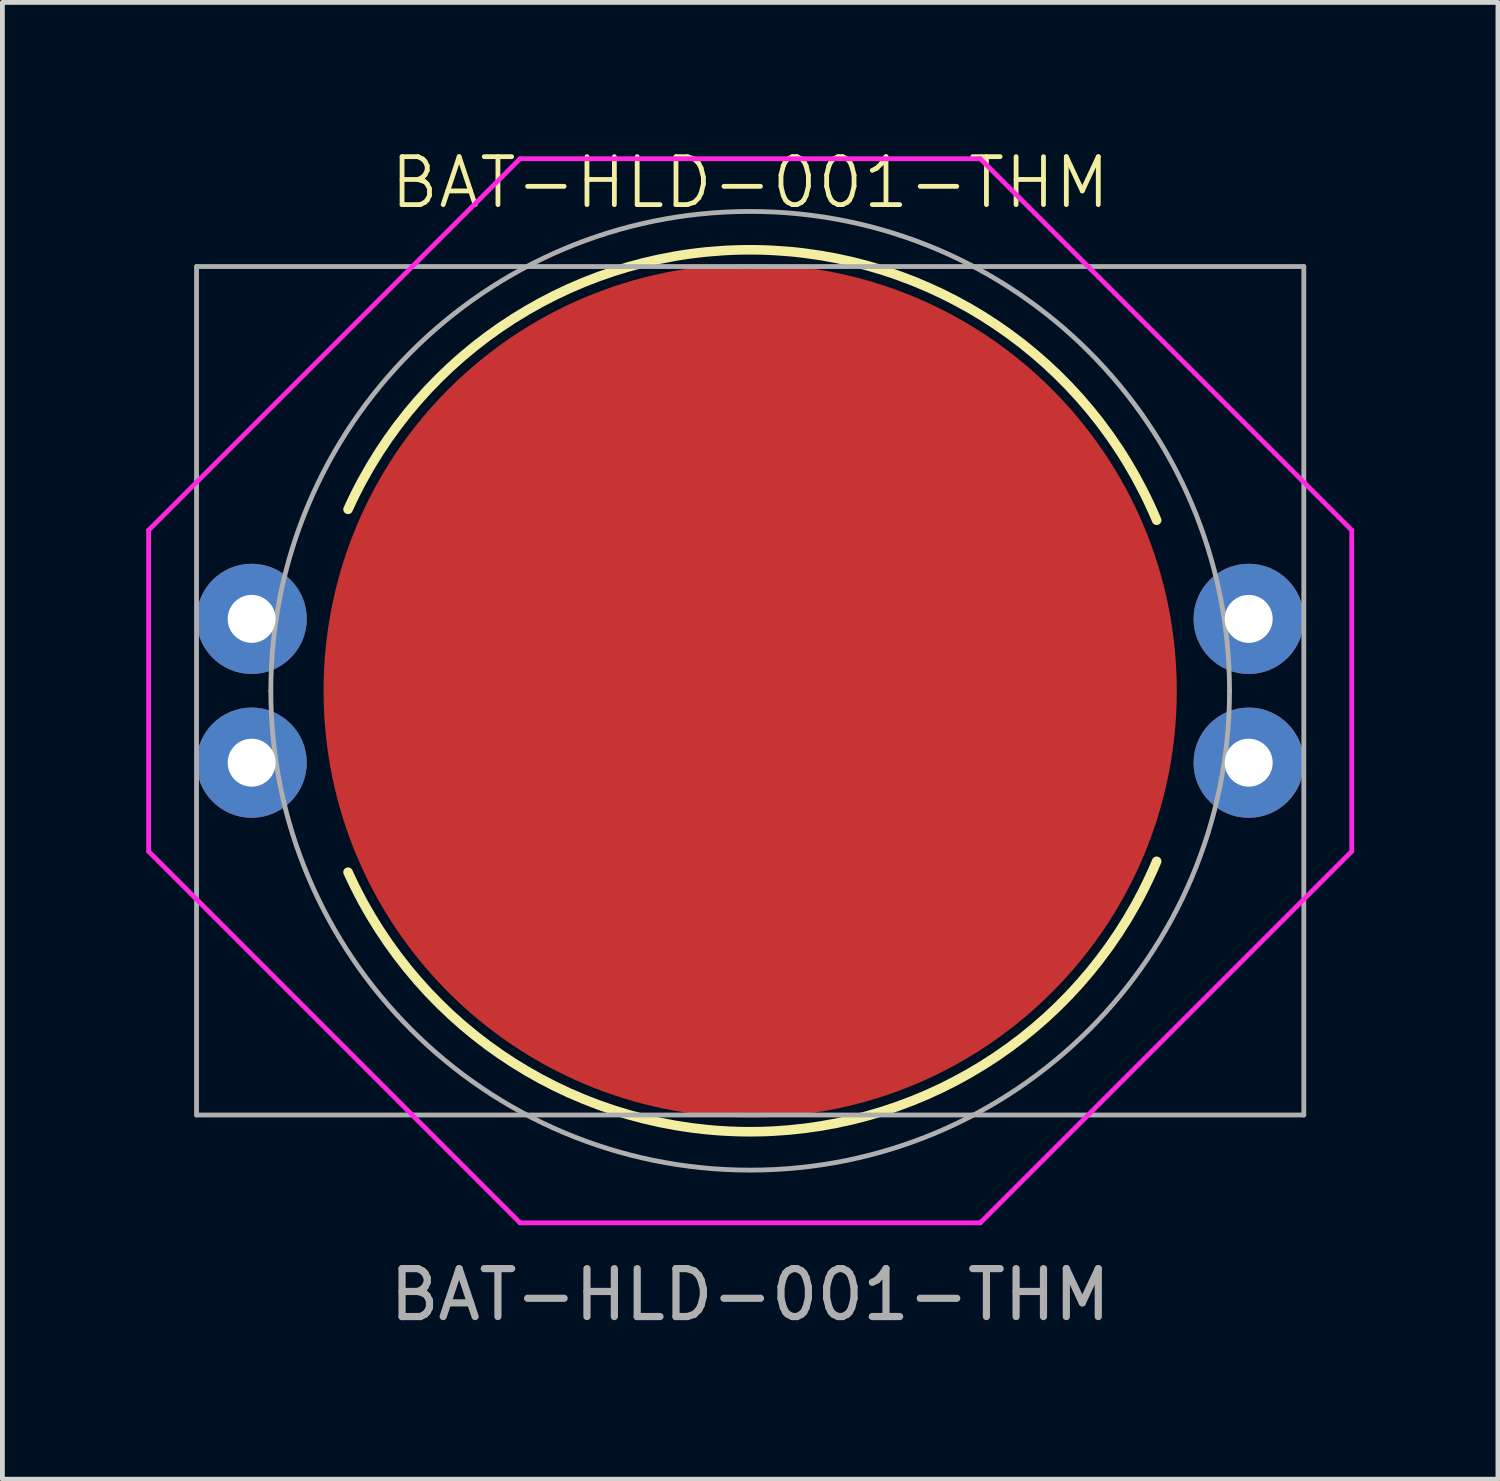
<source format=kicad_pcb>
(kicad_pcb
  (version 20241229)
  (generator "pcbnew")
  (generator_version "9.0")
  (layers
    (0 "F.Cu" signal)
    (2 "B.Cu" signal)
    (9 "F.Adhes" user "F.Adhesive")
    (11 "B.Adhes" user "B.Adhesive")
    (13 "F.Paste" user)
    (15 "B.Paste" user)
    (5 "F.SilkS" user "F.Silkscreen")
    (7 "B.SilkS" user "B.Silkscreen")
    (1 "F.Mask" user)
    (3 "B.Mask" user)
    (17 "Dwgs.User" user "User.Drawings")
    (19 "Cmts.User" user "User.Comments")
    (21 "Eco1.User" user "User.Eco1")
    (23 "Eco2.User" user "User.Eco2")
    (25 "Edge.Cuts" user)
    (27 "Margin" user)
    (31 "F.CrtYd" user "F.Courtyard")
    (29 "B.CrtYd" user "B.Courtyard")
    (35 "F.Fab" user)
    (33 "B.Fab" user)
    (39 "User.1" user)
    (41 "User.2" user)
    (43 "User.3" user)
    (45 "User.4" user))
  (footprint "BAT-HLD-001-THM"
    (layer "F.Cu")
    (at 12.6 11.361)
    (property "Reference" "BAT-HLD-001-THM" (at 0 -10.6 0) (unlocked yes) (layer "F.SilkS") (effects (font (size 1 1) (thickness 0.1))))
    (attr smd)
    (fp_arc (start -8.388855 -3.785638) (mid 0.12 -9.199) (end 8.479989 -3.55846) (stroke (width 0.2) (type solid)) (layer "F.SilkS"))
    (fp_arc (start 8.479989 3.557802) (mid 0.12 9.198342) (end -8.388855 3.78498) (stroke (width 0.2) (type solid)) (layer "F.SilkS"))
    (fp_line (start -12.55 -3.35) (end -4.8 -11.1) (stroke (width 0.1) (type default)) (layer "F.CrtYd"))
    (fp_line (start -12.55 3.35) (end -12.55 -3.35) (stroke (width 0.1) (type solid)) (layer "F.CrtYd"))
    (fp_line (start -12.55 3.35) (end -4.8 11.1) (stroke (width 0.1) (type default)) (layer "F.CrtYd"))
    (fp_line (start -4.8 -11.1) (end 4.8 -11.1) (stroke (width 0.1) (type solid)) (layer "F.CrtYd"))
    (fp_line (start -4.8 11.1) (end 4.8 11.1) (stroke (width 0.1) (type solid)) (layer "F.CrtYd"))
    (fp_line (start 12.55 -3.35) (end 4.8 -11.1) (stroke (width 0.1) (type default)) (layer "F.CrtYd"))
    (fp_line (start 12.55 3.35) (end 4.8 11.1) (stroke (width 0.1) (type default)) (layer "F.CrtYd"))
    (fp_line (start 12.55 3.35) (end 12.55 -3.35) (stroke (width 0.1) (type solid)) (layer "F.CrtYd"))
    (fp_line (start -11.55 -8.85) (end 11.55 -8.85) (stroke (width 0.1) (type solid)) (layer "F.Fab"))
    (fp_line (start -11.55 8.85) (end -11.55 -8.85) (stroke (width 0.1) (type solid)) (layer "F.Fab"))
    (fp_line (start -11.55 8.85) (end 11.55 8.85) (stroke (width 0.1) (type solid)) (layer "F.Fab"))
    (fp_line (start 11.55 8.85) (end 11.55 -8.85) (stroke (width 0.1) (type solid)) (layer "F.Fab"))
    (fp_arc (start -9.999999 0.000001) (mid 0.000001 -9.999999) (end 10.000001 0.000001) (stroke (width 0.1) (type solid)) (layer "F.Fab"))
    (fp_arc (start 10.000001 0.000001) (mid 0.000001 10.000001) (end -9.999999 0.000001) (stroke (width 0.1) (type solid)) (layer "F.Fab"))
    (fp_text user "${REFERENCE}" (at 0 12.6 0) (unlocked yes) (layer "F.Fab") (effects (font (size 1 1) (thickness 0.15))))
    (pad "M" smd circle (at 0 0) (size 17.8 17.8) (layers "F.Cu" "F.Mask"))
    (pad "P" thru_hole circle (at -10.4 -1.5) (size 2.3 2.3) (drill 1) (layers "*.Cu" "*.Mask"))
    (pad "P" thru_hole circle (at -10.4 1.5) (size 2.3 2.3) (drill 1) (layers "*.Cu" "*.Mask"))
    (pad "P" thru_hole circle (at 10.4 -1.5) (size 2.3 2.3) (drill 1) (layers "*.Cu" "*.Mask"))
    (pad "P" thru_hole circle (at 10.4 1.5) (size 2.3 2.3) (drill 1) (layers "*.Cu" "*.Mask")))
  (gr_rect
    (start -3 -3)
    (end 28.2 27.809)
    (stroke (width 0.1) (type default))
    (fill no)
    (layer "Edge.Cuts")))
</source>
